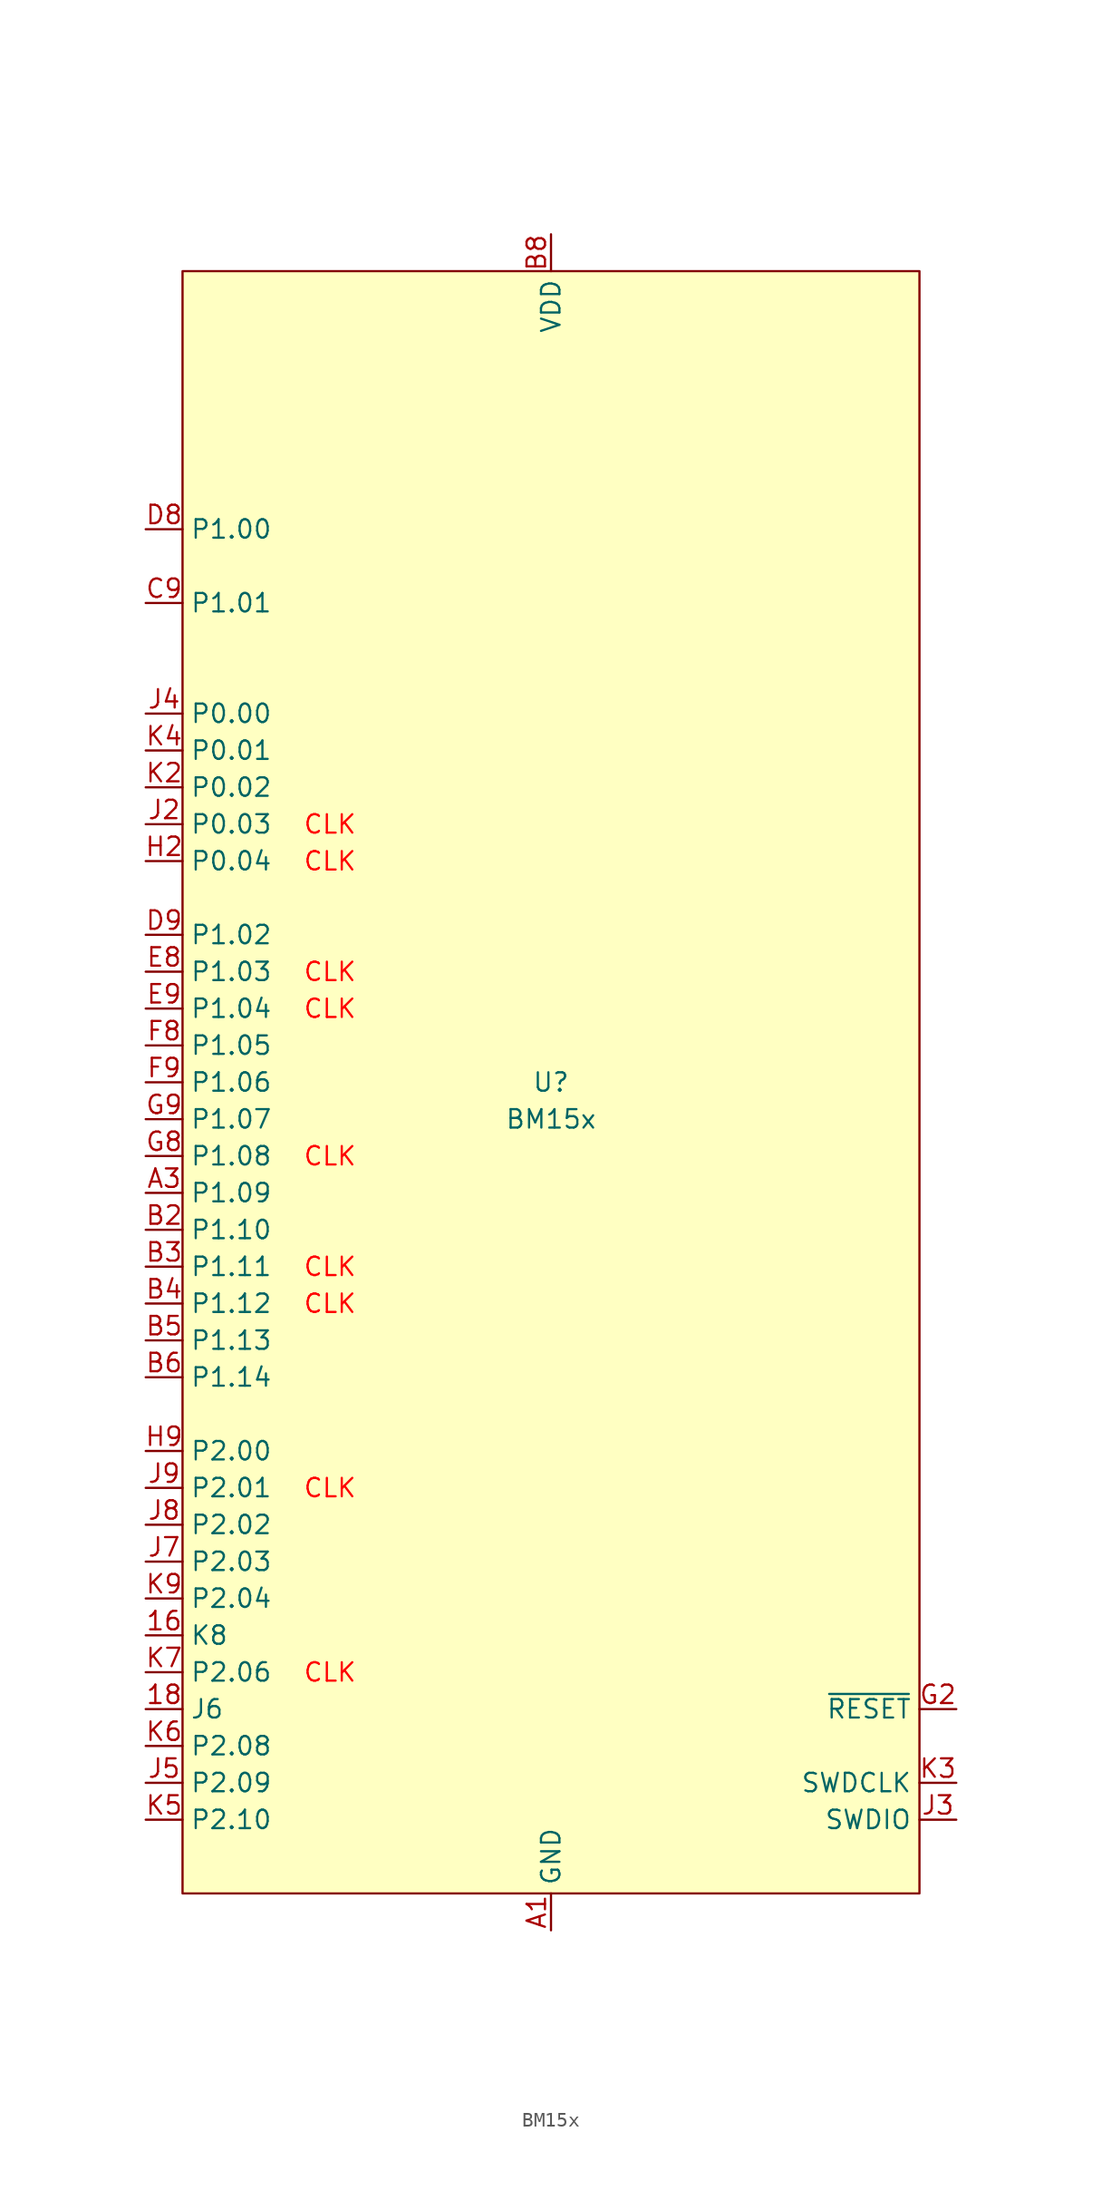
<source format=kicad_sym>
(kicad_symbol_lib
  (version 20241209)
  (generator "kicad_symbol_editor")
  (generator_version "9.0")
  (symbol "BM15x"
    (property "Reference" "U"
      (at 0 0 0)
      (do_not_autoplace)
      (effects (font (size 1.27 1.27))))
    (property "Value" "BM15x"
      (at 0 -2.54 0)
      (do_not_autoplace)
      (effects (font (size 1.27 1.27))))
    (symbol "BM15x_0_0"
      (pin passive line (at 0 58.42 270) (length 2.54) (hide yes) (name "VDD" (effects (font (size 1.27 1.27)))) (number "C8" (effects (font (size 1.27 1.27)))))
      (pin passive line (at 0 -58.42 90) (length 2.54) (hide yes) (name "GND" (effects (font (size 1.27 1.27)))) (number "A9" (effects (font (size 1.27 1.27)))))
      (pin passive line (at 0 -58.42 90) (length 2.54) (hide yes) (name "GND" (effects (font (size 1.27 1.27)))) (number "B1" (effects (font (size 1.27 1.27)))))
      (pin passive line (at 0 -58.42 90) (length 2.54) (hide yes) (name "GND" (effects (font (size 1.27 1.27)))) (number "B7" (effects (font (size 1.27 1.27)))))
      (pin passive line (at 0 -58.42 90) (length 2.54) (hide yes) (name "GND" (effects (font (size 1.27 1.27)))) (number "B9" (effects (font (size 1.27 1.27)))))
      (pin passive line (at 0 -58.42 90) (length 2.54) (hide yes) (name "GND" (effects (font (size 1.27 1.27)))) (number "D1" (effects (font (size 1.27 1.27)))))
      (pin passive line (at 0 -58.42 90) (length 2.54) (hide yes) (name "GND" (effects (font (size 1.27 1.27)))) (number "E1" (effects (font (size 1.27 1.27)))))
      (pin passive line (at 0 -58.42 90) (length 2.54) (hide yes) (name "GND" (effects (font (size 1.27 1.27)))) (number "F1" (effects (font (size 1.27 1.27)))))
      (pin passive line (at 0 -58.42 90) (length 2.54) (hide yes) (name "GND" (effects (font (size 1.27 1.27)))) (number "H8" (effects (font (size 1.27 1.27)))))
      (pin input line (at 27.94 -43.18 180) (length 2.54) (name "~{RESET}" (effects (font (size 1.27 1.27)))) (number "G2" (effects (font (size 1.27 1.27)))))
      (pin input line (at 27.94 -48.26 180) (length 2.54) (name "SWDCLK" (effects (font (size 1.27 1.27)))) (number "K3" (effects (font (size 1.27 1.27)))))
      (pin bidirectional line (at 27.94 -50.8 180) (length 2.54) (name "SWDIO" (effects (font (size 1.27 1.27)))) (number "J3" (effects (font (size 1.27 1.27))))))
    (symbol "BM15x_1_0"
      (pin bidirectional line (at -27.94 38.1 0) (length 2.54) (name "P1.00" (effects (font (size 1.27 1.27)))) (number "D8" (effects (font (size 1.27 1.27)))) (alternate "XL1" bidirectional line))
      (pin bidirectional line (at -27.94 33.02 0) (length 2.54) (name "P1.01" (effects (font (size 1.27 1.27)))) (number "C9" (effects (font (size 1.27 1.27)))) (alternate "XL2" bidirectional line))
      (pin bidirectional line (at -27.94 25.4 0) (length 2.54) (name "P0.00" (effects (font (size 1.27 1.27)))) (number "J4" (effects (font (size 1.27 1.27)))))
      (pin bidirectional line (at -27.94 22.86 0) (length 2.54) (name "P0.01" (effects (font (size 1.27 1.27)))) (number "K4" (effects (font (size 1.27 1.27)))))
      (pin bidirectional line (at -27.94 20.32 0) (length 2.54) (name "P0.02" (effects (font (size 1.27 1.27)))) (number "K2" (effects (font (size 1.27 1.27)))))
      (pin bidirectional line (at -27.94 17.78 0) (length 2.54) (name "P0.03" (effects (font (size 1.27 1.27)))) (number "J2" (effects (font (size 1.27 1.27)))) (alternate "GRTCPWM" output line))
      (pin bidirectional line (at -27.94 15.24 0) (length 2.54) (name "P0.04" (effects (font (size 1.27 1.27)))) (number "H2" (effects (font (size 1.27 1.27)))) (alternate "GRTCLFCLKOUT" output line))
      (pin bidirectional line (at -27.94 10.16 0) (length 2.54) (name "P1.02" (effects (font (size 1.27 1.27)))) (number "D9" (effects (font (size 1.27 1.27)))) (alternate "NFC1" bidirectional line))
      (pin bidirectional line (at -27.94 7.62 0) (length 2.54) (name "P1.03" (effects (font (size 1.27 1.27)))) (number "E8" (effects (font (size 1.27 1.27)))) (alternate "NFC2" bidirectional line))
      (pin bidirectional line (at -27.94 5.08 0) (length 2.54) (name "P1.04" (effects (font (size 1.27 1.27)))) (number "E9" (effects (font (size 1.27 1.27)))) (alternate "AIN0" input line) (alternate "ASO[0]" output line))
      (pin bidirectional line (at -27.94 2.54 0) (length 2.54) (name "P1.05" (effects (font (size 1.27 1.27)))) (number "F8" (effects (font (size 1.27 1.27)))) (alternate "AIN1" bidirectional line) (alternate "ASI[0]" input line))
      (pin bidirectional line (at -27.94 0 0) (length 2.54) (name "P1.06" (effects (font (size 1.27 1.27)))) (number "F9" (effects (font (size 1.27 1.27)))) (alternate "AIN2" input line) (alternate "ASO[1]" output line))
      (pin bidirectional line (at -27.94 -2.54 0) (length 2.54) (name "P1.07" (effects (font (size 1.27 1.27)))) (number "G9" (effects (font (size 1.27 1.27)))) (alternate "AIN3" input line) (alternate "ASI[1]" input line))
      (pin bidirectional line (at -27.94 -5.08 0) (length 2.54) (name "P1.08" (effects (font (size 1.27 1.27)))) (number "G8" (effects (font (size 1.27 1.27)))) (alternate "EXTREF" input line) (alternate "GRTCHFOUT" output line) (alternate "TAMPC.EXT" bidirectional line))
      (pin bidirectional line (at -27.94 -7.62 0) (length 2.54) (name "P1.09" (effects (font (size 1.27 1.27)))) (number "A3" (effects (font (size 1.27 1.27)))) (alternate "ASO[2]" output line))
      (pin bidirectional line (at -27.94 -10.16 0) (length 2.54) (name "P1.10" (effects (font (size 1.27 1.27)))) (number "B2" (effects (font (size 1.27 1.27)))) (alternate "ASI[2]" input line))
      (pin bidirectional line (at -27.94 -12.7 0) (length 2.54) (name "P1.11" (effects (font (size 1.27 1.27)))) (number "B3" (effects (font (size 1.27 1.27)))) (alternate "AIN4" input line) (alternate "ASO[3]" output line))
      (pin bidirectional line (at -27.94 -15.24 0) (length 2.54) (name "P1.12" (effects (font (size 1.27 1.27)))) (number "B4" (effects (font (size 1.27 1.27)))) (alternate "AIN5" input line) (alternate "ASI[3]" input line))
      (pin bidirectional line (at -27.94 -17.78 0) (length 2.54) (name "P1.13" (effects (font (size 1.27 1.27)))) (number "B5" (effects (font (size 1.27 1.27)))) (alternate "AIN6" input line))
      (pin bidirectional line (at -27.94 -20.32 0) (length 2.54) (name "P1.14" (effects (font (size 1.27 1.27)))) (number "B6" (effects (font (size 1.27 1.27)))) (alternate "AIN7" input line))
      (pin bidirectional line (at -27.94 -25.4 0) (length 2.54) (name "P2.00" (effects (font (size 1.27 1.27)))) (number "H9" (effects (font (size 1.27 1.27)))) (alternate "QSPI_D3" bidirectional line) (alternate "SPIM_DCX" output line) (alternate "UARTE_RXD" input line))
      (pin bidirectional line (at -27.94 -27.94 0) (length 2.54) (name "P2.01" (effects (font (size 1.27 1.27)))) (number "J9" (effects (font (size 1.27 1.27)))) (alternate "QSPI_SCK" output line) (alternate "SPIM_SCK" output line) (alternate "SPIS_SCK" output line))
      (pin bidirectional line (at -27.94 -30.48 0) (length 2.54) (name "P2.02" (effects (font (size 1.27 1.27)))) (number "J8" (effects (font (size 1.27 1.27)))) (alternate "QSPI_D0" bidirectional line) (alternate "SPIM_MOSI" output line) (alternate "SPIS_MISO" output line) (alternate "SWO" output line) (alternate "UARTE_TXD" output line))
      (pin bidirectional line (at -27.94 -33.02 0) (length 2.54) (name "P2.03" (effects (font (size 1.27 1.27)))) (number "J7" (effects (font (size 1.27 1.27)))) (alternate "QSPI_D2" bidirectional line))
      (pin bidirectional line (at -27.94 -35.56 0) (length 2.54) (name "P2.04" (effects (font (size 1.27 1.27)))) (number "K9" (effects (font (size 1.27 1.27)))) (alternate "QSPI_D1" bidirectional line) (alternate "SPIM_MISO" input line) (alternate "SPIS_MOSI" input line) (alternate "UARTE_CTS" input line))
      (pin bidirectional line (at -27.94 -38.1 0) (length 2.54) (name "K8" (effects (font (size 1.27 1.27)))) (number "16" (effects (font (size 1.27 1.27)))) (alternate "QSPI_CS" output line) (alternate "SPIM_CS" output line) (alternate "UARTE_RTS" output line))
      (pin bidirectional line (at -27.94 -40.64 0) (length 2.54) (name "P2.06" (effects (font (size 1.27 1.27)))) (number "K7" (effects (font (size 1.27 1.27)))) (alternate "SPIM_SCK" output line) (alternate "SPIS_SCK" input line) (alternate "TRACE_CLK" input line))
      (pin bidirectional line (at -27.94 -43.18 0) (length 2.54) (name "J6" (effects (font (size 1.27 1.27)))) (number "18" (effects (font (size 1.27 1.27)))) (alternate "SPIM_DCX" output line) (alternate "SWO" output line) (alternate "TRACEDATA[0]" output line) (alternate "UARTE_RXD" input line))
      (pin bidirectional line (at -27.94 -45.72 0) (length 2.54) (name "P2.08" (effects (font (size 1.27 1.27)))) (number "K6" (effects (font (size 1.27 1.27)))) (alternate "SPIM_MOSI" output line) (alternate "SPIS_MISO" input line) (alternate "TRACEDATA[1]" output line) (alternate "UARTE_TXD" output line))
      (pin bidirectional line (at -27.94 -48.26 0) (length 2.54) (name "P2.09" (effects (font (size 1.27 1.27)))) (number "J5" (effects (font (size 1.27 1.27)))) (alternate "SPIM_MISO" input line) (alternate "SPIS_MOSI" input line) (alternate "TRACEDATA[2]" output line) (alternate "UARTE_CTS" input line))
      (pin bidirectional line (at -27.94 -50.8 0) (length 2.54) (name "P2.10" (effects (font (size 1.27 1.27)))) (number "K5" (effects (font (size 1.27 1.27)))) (alternate "SPIM_CS" output line) (alternate "TRACEDATA[3]" output line) (alternate "UARTE_RTS" output line))
      (pin power_in line (at 0 58.42 270) (length 2.54) (name "VDD" (effects (font (size 1.27 1.27)))) (number "B8" (effects (font (size 1.27 1.27)))))
      (pin power_in line (at 0 -58.42 90) (length 2.54) (name "GND" (effects (font (size 1.27 1.27)))) (number "A1" (effects (font (size 1.27 1.27))))))
    (symbol "BM15x_1_1"
      (rectangle (start -25.4 55.88) (end 25.4 -55.88) (stroke (width 0) (type default)) (fill (type background)))
      (text "CLK" (at -15.24 17.78 0) (effects (font (size 1.27 1.27) (color 255 0 0 1))))
      (text "CLK" (at -15.24 15.24 0) (effects (font (size 1.27 1.27) (color 255 0 0 1))))
      (text "CLK" (at -15.24 7.62 0) (effects (font (size 1.27 1.27) (color 255 0 0 1))))
      (text "CLK" (at -15.24 5.08 0) (effects (font (size 1.27 1.27) (color 255 0 0 1))))
      (text "CLK" (at -15.24 -5.08 0) (effects (font (size 1.27 1.27) (color 255 0 0 1))))
      (text "CLK" (at -15.24 -12.7 0) (effects (font (size 1.27 1.27) (color 255 0 0 1))))
      (text "CLK" (at -15.24 -15.24 0) (effects (font (size 1.27 1.27) (color 255 0 0 1))))
      (text "CLK" (at -15.24 -27.94 0) (effects (font (size 1.27 1.27) (color 255 0 0 1))))
      (text "CLK" (at -15.24 -40.64 0) (effects (font (size 1.27 1.27) (color 255 0 0 1)))))))
</source>
